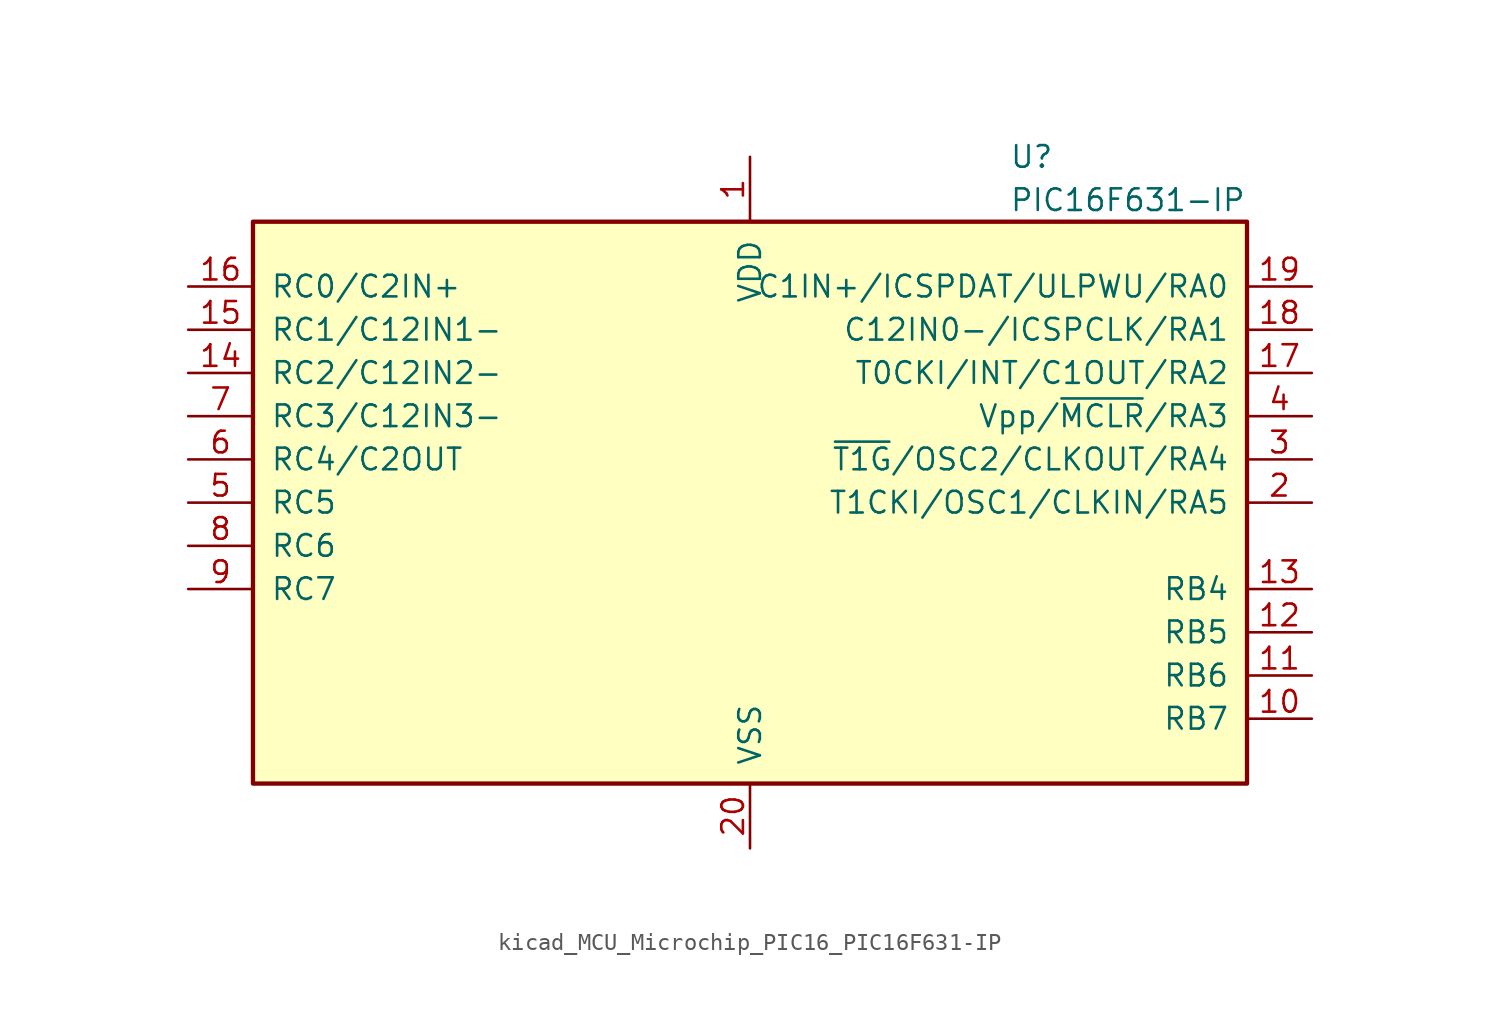
<source format=kicad_sym>
(kicad_symbol_lib
  (version 20220914)
  (generator kicad_symbol_editor)
  (symbol "kicad_MCU_Microchip_PIC16_PIC16F631-IP"
    (pin_names
      (offset 1.016))
    (property "Reference" "U"
      (at 15.24 20.32 0)
      (effects (font (size 1.27 1.27)) (justify left)))
    (property "Value" "PIC16F631-IP"
      (at 15.24 17.78 0)
      (effects (font (size 1.27 1.27)) (justify left)))
    (symbol "kicad_MCU_Microchip_PIC16_PIC16F631-IP_0_1"
      (rectangle (start -29.21 16.51) (end 29.21 -16.51) (stroke (width 0.254) (type default)) (fill (type background))))
    (symbol "kicad_MCU_Microchip_PIC16_PIC16F631-IP_1_1"
      (pin power_in line (at 0 20.32 270) (length 3.81) (name "VDD" (effects (font (size 1.27 1.27)))) (number "1" (effects (font (size 1.27 1.27)))))
      (pin bidirectional line (at 33.02 -12.7 180) (length 3.81) (name "RB7" (effects (font (size 1.27 1.27)))) (number "10" (effects (font (size 1.27 1.27)))))
      (pin bidirectional line (at 33.02 -10.16 180) (length 3.81) (name "RB6" (effects (font (size 1.27 1.27)))) (number "11" (effects (font (size 1.27 1.27)))))
      (pin bidirectional line (at 33.02 -7.62 180) (length 3.81) (name "RB5" (effects (font (size 1.27 1.27)))) (number "12" (effects (font (size 1.27 1.27)))))
      (pin bidirectional line (at 33.02 -5.08 180) (length 3.81) (name "RB4" (effects (font (size 1.27 1.27)))) (number "13" (effects (font (size 1.27 1.27)))))
      (pin bidirectional line (at -33.02 7.62 0) (length 3.81) (name "RC2/C12IN2-" (effects (font (size 1.27 1.27)))) (number "14" (effects (font (size 1.27 1.27)))))
      (pin bidirectional line (at -33.02 10.16 0) (length 3.81) (name "RC1/C12IN1-" (effects (font (size 1.27 1.27)))) (number "15" (effects (font (size 1.27 1.27)))))
      (pin bidirectional line (at -33.02 12.7 0) (length 3.81) (name "RC0/C2IN+" (effects (font (size 1.27 1.27)))) (number "16" (effects (font (size 1.27 1.27)))))
      (pin bidirectional line (at 33.02 7.62 180) (length 3.81) (name "T0CKI/INT/C1OUT/RA2" (effects (font (size 1.27 1.27)))) (number "17" (effects (font (size 1.27 1.27)))))
      (pin bidirectional line (at 33.02 10.16 180) (length 3.81) (name "C12IN0-/ICSPCLK/RA1" (effects (font (size 1.27 1.27)))) (number "18" (effects (font (size 1.27 1.27)))))
      (pin bidirectional line (at 33.02 12.7 180) (length 3.81) (name "C1IN+/ICSPDAT/ULPWU/RA0" (effects (font (size 1.27 1.27)))) (number "19" (effects (font (size 1.27 1.27)))))
      (pin bidirectional line (at 33.02 0 180) (length 3.81) (name "T1CKI/OSC1/CLKIN/RA5" (effects (font (size 1.27 1.27)))) (number "2" (effects (font (size 1.27 1.27)))))
      (pin power_in line (at 0 -20.32 90) (length 3.81) (name "VSS" (effects (font (size 1.27 1.27)))) (number "20" (effects (font (size 1.27 1.27)))))
      (pin bidirectional line (at 33.02 2.54 180) (length 3.81) (name "~{T1G}/OSC2/CLKOUT/RA4" (effects (font (size 1.27 1.27)))) (number "3" (effects (font (size 1.27 1.27)))))
      (pin input line (at 33.02 5.08 180) (length 3.81) (name "Vpp/~{MCLR}/RA3" (effects (font (size 1.27 1.27)))) (number "4" (effects (font (size 1.27 1.27)))))
      (pin bidirectional line (at -33.02 0 0) (length 3.81) (name "RC5" (effects (font (size 1.27 1.27)))) (number "5" (effects (font (size 1.27 1.27)))))
      (pin bidirectional line (at -33.02 2.54 0) (length 3.81) (name "RC4/C2OUT" (effects (font (size 1.27 1.27)))) (number "6" (effects (font (size 1.27 1.27)))))
      (pin bidirectional line (at -33.02 5.08 0) (length 3.81) (name "RC3/C12IN3-" (effects (font (size 1.27 1.27)))) (number "7" (effects (font (size 1.27 1.27)))))
      (pin bidirectional line (at -33.02 -2.54 0) (length 3.81) (name "RC6" (effects (font (size 1.27 1.27)))) (number "8" (effects (font (size 1.27 1.27)))))
      (pin bidirectional line (at -33.02 -5.08 0) (length 3.81) (name "RC7" (effects (font (size 1.27 1.27)))) (number "9" (effects (font (size 1.27 1.27))))))))
</source>
